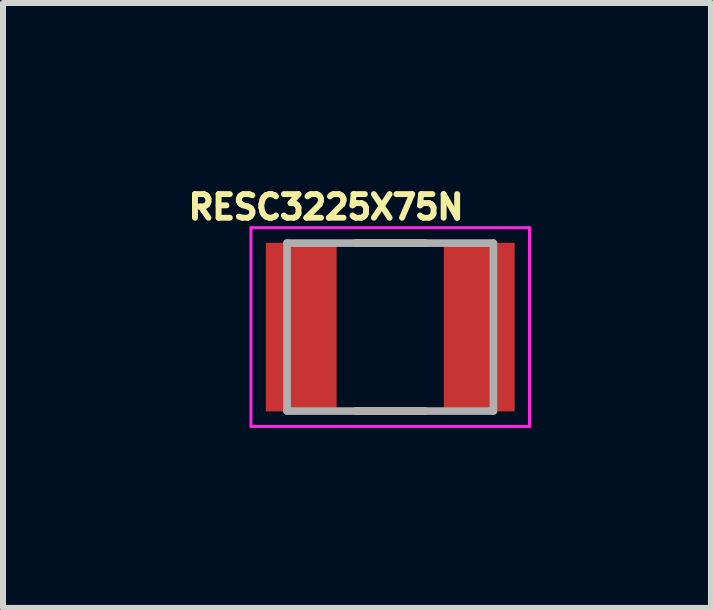
<source format=kicad_pcb>
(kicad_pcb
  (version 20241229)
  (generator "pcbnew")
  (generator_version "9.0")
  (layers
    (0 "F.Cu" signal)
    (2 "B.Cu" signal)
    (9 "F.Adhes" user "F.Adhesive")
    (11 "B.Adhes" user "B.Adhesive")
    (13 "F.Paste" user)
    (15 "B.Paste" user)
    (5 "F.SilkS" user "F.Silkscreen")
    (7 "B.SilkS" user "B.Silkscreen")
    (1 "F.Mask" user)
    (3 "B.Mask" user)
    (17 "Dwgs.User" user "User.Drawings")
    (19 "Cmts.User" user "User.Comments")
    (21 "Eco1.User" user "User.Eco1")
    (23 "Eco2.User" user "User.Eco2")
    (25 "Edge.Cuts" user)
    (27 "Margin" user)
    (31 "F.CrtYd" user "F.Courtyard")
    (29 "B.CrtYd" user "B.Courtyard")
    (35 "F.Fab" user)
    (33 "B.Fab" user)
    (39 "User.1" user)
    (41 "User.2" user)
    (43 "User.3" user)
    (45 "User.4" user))
  (footprint "RESC3225X75N"
    (layer "F.Cu")
    (at 3.456 2.403)
    (property "Reference" "RESC3225X75N" (at -1.07 -2 0) (layer "F.SilkS") (effects (font (size 0.394 0.394) (thickness 0.15))))
    (attr smd)
    (fp_line (start -0.58 -1.4) (end 0.58 -1.4) (stroke (width 0.127) (type solid)) (layer "F.SilkS"))
    (fp_line (start -0.58 1.4) (end 0.58 1.4) (stroke (width 0.127) (type solid)) (layer "F.SilkS"))
    (fp_line (start -2.322 -1.657) (end 2.322 -1.657) (stroke (width 0.05) (type solid)) (layer "F.CrtYd"))
    (fp_line (start -2.322 1.657) (end -2.322 -1.657) (stroke (width 0.05) (type solid)) (layer "F.CrtYd"))
    (fp_line (start -2.322 1.657) (end 2.322 1.657) (stroke (width 0.05) (type solid)) (layer "F.CrtYd"))
    (fp_line (start 2.322 1.657) (end 2.322 -1.657) (stroke (width 0.05) (type solid)) (layer "F.CrtYd"))
    (fp_line (start -1.72 1.4) (end -1.72 -1.4) (stroke (width 0.127) (type solid)) (layer "F.Fab"))
    (fp_line (start 1.72 -1.4) (end -1.72 -1.4) (stroke (width 0.127) (type solid)) (layer "F.Fab"))
    (fp_line (start 1.72 1.4) (end -1.72 1.4) (stroke (width 0.127) (type solid)) (layer "F.Fab"))
    (fp_line (start 1.72 1.4) (end 1.72 -1.4) (stroke (width 0.127) (type solid)) (layer "F.Fab"))
    (pad "1" smd rect (at -1.484 0) (size 1.18 2.81) (layers "F.Cu" "F.Mask" "F.Paste"))
    (pad "2" smd rect (at 1.484 0) (size 1.18 2.81) (layers "F.Cu" "F.Mask" "F.Paste")))
  (gr_rect
    (start -3 -3)
    (end 8.803 7.085)
    (stroke (width 0.1) (type default))
    (fill no)
    (layer "Edge.Cuts")))
</source>
